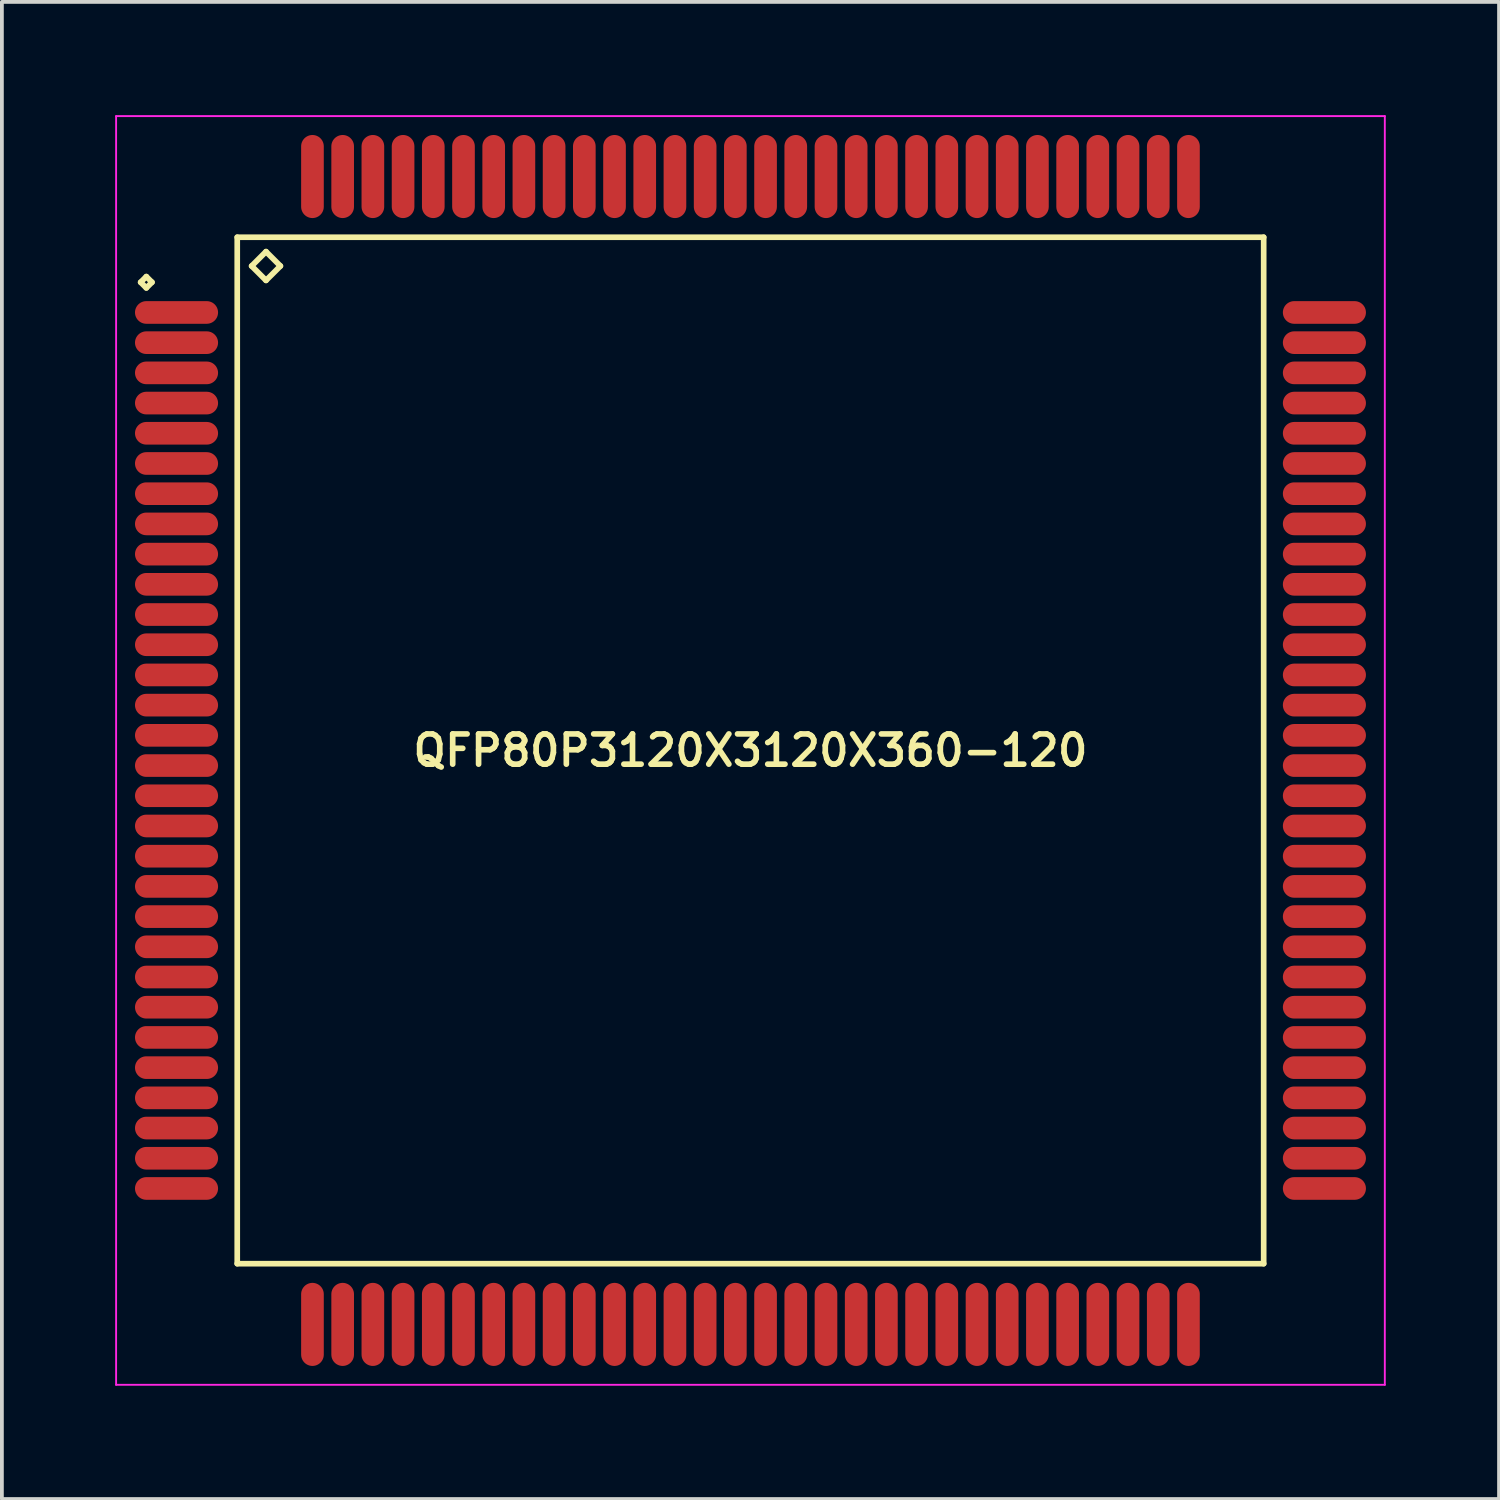
<source format=kicad_pcb>
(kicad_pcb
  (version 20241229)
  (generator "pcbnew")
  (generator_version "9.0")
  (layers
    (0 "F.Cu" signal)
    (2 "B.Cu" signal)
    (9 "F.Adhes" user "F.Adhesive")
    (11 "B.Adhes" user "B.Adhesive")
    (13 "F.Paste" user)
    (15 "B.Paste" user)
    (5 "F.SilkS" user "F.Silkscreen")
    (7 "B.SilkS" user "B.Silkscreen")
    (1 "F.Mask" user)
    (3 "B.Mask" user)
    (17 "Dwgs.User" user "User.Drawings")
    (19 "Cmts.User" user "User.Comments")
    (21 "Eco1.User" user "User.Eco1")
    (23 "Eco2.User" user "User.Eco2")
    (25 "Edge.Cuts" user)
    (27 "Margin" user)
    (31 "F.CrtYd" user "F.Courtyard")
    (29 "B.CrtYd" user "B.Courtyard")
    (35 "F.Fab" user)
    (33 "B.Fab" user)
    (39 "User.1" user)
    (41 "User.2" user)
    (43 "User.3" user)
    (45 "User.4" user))
  (footprint "QFP80P3120X3120X360-120"
    (layer "F.Cu")
    (at 16.825 16.825)
    (property "Reference" "QFP80P3120X3120X360-120" (at 0 0 0) (layer "F.SilkS") (effects (font (size 0.8 0.8) (thickness 0.15))))
    (attr smd)
    (fp_line (start -16.15 -12.4) (end -16 -12.55) (stroke (width 0.15) (type solid)) (layer "F.SilkS"))
    (fp_line (start -16 -12.55) (end -15.85 -12.4) (stroke (width 0.15) (type solid)) (layer "F.SilkS"))
    (fp_line (start -16 -12.25) (end -16.15 -12.4) (stroke (width 0.15) (type solid)) (layer "F.SilkS"))
    (fp_line (start -15.85 -12.4) (end -16 -12.25) (stroke (width 0.15) (type solid)) (layer "F.SilkS"))
    (fp_line (start -13.592 -13.592) (end -13.592 13.592) (stroke (width 0.15) (type solid)) (layer "F.SilkS"))
    (fp_line (start -13.592 13.592) (end 13.592 13.592) (stroke (width 0.15) (type solid)) (layer "F.SilkS"))
    (fp_line (start -13.211 -12.83) (end -12.83 -13.211) (stroke (width 0.15) (type solid)) (layer "F.SilkS"))
    (fp_line (start -12.83 -13.211) (end -12.449 -12.83) (stroke (width 0.15) (type solid)) (layer "F.SilkS"))
    (fp_line (start -12.83 -12.449) (end -13.211 -12.83) (stroke (width 0.15) (type solid)) (layer "F.SilkS"))
    (fp_line (start -12.449 -12.83) (end -12.83 -12.449) (stroke (width 0.15) (type solid)) (layer "F.SilkS"))
    (fp_line (start 13.592 -13.592) (end -13.592 -13.592) (stroke (width 0.15) (type solid)) (layer "F.SilkS"))
    (fp_line (start 13.592 13.592) (end 13.592 -13.592) (stroke (width 0.15) (type solid)) (layer "F.SilkS"))
    (fp_line (start -16.8 -16.8) (end 16.8 -16.8) (stroke (width 0.05) (type solid)) (layer "F.CrtYd"))
    (fp_line (start -16.8 16.8) (end -16.8 -16.8) (stroke (width 0.05) (type solid)) (layer "F.CrtYd"))
    (fp_line (start 16.8 -16.8) (end 16.8 16.8) (stroke (width 0.05) (type solid)) (layer "F.CrtYd"))
    (fp_line (start 16.8 16.8) (end -16.8 16.8) (stroke (width 0.05) (type solid)) (layer "F.CrtYd"))
    (pad "1" smd oval (at -15.2 -11.6) (size 2.2 0.6) (layers "F.Cu" "F.Mask" "F.Paste"))
    (pad "2" smd oval (at -15.2 -10.8) (size 2.2 0.6) (layers "F.Cu" "F.Mask" "F.Paste"))
    (pad "3" smd oval (at -15.2 -10) (size 2.2 0.6) (layers "F.Cu" "F.Mask" "F.Paste"))
    (pad "4" smd oval (at -15.2 -9.2) (size 2.2 0.6) (layers "F.Cu" "F.Mask" "F.Paste"))
    (pad "5" smd oval (at -15.2 -8.4) (size 2.2 0.6) (layers "F.Cu" "F.Mask" "F.Paste"))
    (pad "6" smd oval (at -15.2 -7.6) (size 2.2 0.6) (layers "F.Cu" "F.Mask" "F.Paste"))
    (pad "7" smd oval (at -15.2 -6.8) (size 2.2 0.6) (layers "F.Cu" "F.Mask" "F.Paste"))
    (pad "8" smd oval (at -15.2 -6) (size 2.2 0.6) (layers "F.Cu" "F.Mask" "F.Paste"))
    (pad "9" smd oval (at -15.2 -5.2) (size 2.2 0.6) (layers "F.Cu" "F.Mask" "F.Paste"))
    (pad "10" smd oval (at -15.2 -4.4) (size 2.2 0.6) (layers "F.Cu" "F.Mask" "F.Paste"))
    (pad "11" smd oval (at -15.2 -3.6) (size 2.2 0.6) (layers "F.Cu" "F.Mask" "F.Paste"))
    (pad "12" smd oval (at -15.2 -2.8) (size 2.2 0.6) (layers "F.Cu" "F.Mask" "F.Paste"))
    (pad "13" smd oval (at -15.2 -2) (size 2.2 0.6) (layers "F.Cu" "F.Mask" "F.Paste"))
    (pad "14" smd oval (at -15.2 -1.2) (size 2.2 0.6) (layers "F.Cu" "F.Mask" "F.Paste"))
    (pad "15" smd oval (at -15.2 -0.4) (size 2.2 0.6) (layers "F.Cu" "F.Mask" "F.Paste"))
    (pad "16" smd oval (at -15.2 0.4) (size 2.2 0.6) (layers "F.Cu" "F.Mask" "F.Paste"))
    (pad "17" smd oval (at -15.2 1.2) (size 2.2 0.6) (layers "F.Cu" "F.Mask" "F.Paste"))
    (pad "18" smd oval (at -15.2 2) (size 2.2 0.6) (layers "F.Cu" "F.Mask" "F.Paste"))
    (pad "19" smd oval (at -15.2 2.8) (size 2.2 0.6) (layers "F.Cu" "F.Mask" "F.Paste"))
    (pad "20" smd oval (at -15.2 3.6) (size 2.2 0.6) (layers "F.Cu" "F.Mask" "F.Paste"))
    (pad "21" smd oval (at -15.2 4.4) (size 2.2 0.6) (layers "F.Cu" "F.Mask" "F.Paste"))
    (pad "22" smd oval (at -15.2 5.2) (size 2.2 0.6) (layers "F.Cu" "F.Mask" "F.Paste"))
    (pad "23" smd oval (at -15.2 6) (size 2.2 0.6) (layers "F.Cu" "F.Mask" "F.Paste"))
    (pad "24" smd oval (at -15.2 6.8) (size 2.2 0.6) (layers "F.Cu" "F.Mask" "F.Paste"))
    (pad "25" smd oval (at -15.2 7.6) (size 2.2 0.6) (layers "F.Cu" "F.Mask" "F.Paste"))
    (pad "26" smd oval (at -15.2 8.4) (size 2.2 0.6) (layers "F.Cu" "F.Mask" "F.Paste"))
    (pad "27" smd oval (at -15.2 9.2) (size 2.2 0.6) (layers "F.Cu" "F.Mask" "F.Paste"))
    (pad "28" smd oval (at -15.2 10) (size 2.2 0.6) (layers "F.Cu" "F.Mask" "F.Paste"))
    (pad "29" smd oval (at -15.2 10.8) (size 2.2 0.6) (layers "F.Cu" "F.Mask" "F.Paste"))
    (pad "30" smd oval (at -15.2 11.6) (size 2.2 0.6) (layers "F.Cu" "F.Mask" "F.Paste"))
    (pad "31" smd oval (at -11.6 15.2) (size 0.6 2.2) (layers "F.Cu" "F.Mask" "F.Paste"))
    (pad "32" smd oval (at -10.8 15.2) (size 0.6 2.2) (layers "F.Cu" "F.Mask" "F.Paste"))
    (pad "33" smd oval (at -10 15.2) (size 0.6 2.2) (layers "F.Cu" "F.Mask" "F.Paste"))
    (pad "34" smd oval (at -9.2 15.2) (size 0.6 2.2) (layers "F.Cu" "F.Mask" "F.Paste"))
    (pad "35" smd oval (at -8.4 15.2) (size 0.6 2.2) (layers "F.Cu" "F.Mask" "F.Paste"))
    (pad "36" smd oval (at -7.6 15.2) (size 0.6 2.2) (layers "F.Cu" "F.Mask" "F.Paste"))
    (pad "37" smd oval (at -6.8 15.2) (size 0.6 2.2) (layers "F.Cu" "F.Mask" "F.Paste"))
    (pad "38" smd oval (at -6 15.2) (size 0.6 2.2) (layers "F.Cu" "F.Mask" "F.Paste"))
    (pad "39" smd oval (at -5.2 15.2) (size 0.6 2.2) (layers "F.Cu" "F.Mask" "F.Paste"))
    (pad "40" smd oval (at -4.4 15.2) (size 0.6 2.2) (layers "F.Cu" "F.Mask" "F.Paste"))
    (pad "41" smd oval (at -3.6 15.2) (size 0.6 2.2) (layers "F.Cu" "F.Mask" "F.Paste"))
    (pad "42" smd oval (at -2.8 15.2) (size 0.6 2.2) (layers "F.Cu" "F.Mask" "F.Paste"))
    (pad "43" smd oval (at -2 15.2) (size 0.6 2.2) (layers "F.Cu" "F.Mask" "F.Paste"))
    (pad "44" smd oval (at -1.2 15.2) (size 0.6 2.2) (layers "F.Cu" "F.Mask" "F.Paste"))
    (pad "45" smd oval (at -0.4 15.2) (size 0.6 2.2) (layers "F.Cu" "F.Mask" "F.Paste"))
    (pad "46" smd oval (at 0.4 15.2) (size 0.6 2.2) (layers "F.Cu" "F.Mask" "F.Paste"))
    (pad "47" smd oval (at 1.2 15.2) (size 0.6 2.2) (layers "F.Cu" "F.Mask" "F.Paste"))
    (pad "48" smd oval (at 2 15.2) (size 0.6 2.2) (layers "F.Cu" "F.Mask" "F.Paste"))
    (pad "49" smd oval (at 2.8 15.2) (size 0.6 2.2) (layers "F.Cu" "F.Mask" "F.Paste"))
    (pad "50" smd oval (at 3.6 15.2) (size 0.6 2.2) (layers "F.Cu" "F.Mask" "F.Paste"))
    (pad "51" smd oval (at 4.4 15.2) (size 0.6 2.2) (layers "F.Cu" "F.Mask" "F.Paste"))
    (pad "52" smd oval (at 5.2 15.2) (size 0.6 2.2) (layers "F.Cu" "F.Mask" "F.Paste"))
    (pad "53" smd oval (at 6 15.2) (size 0.6 2.2) (layers "F.Cu" "F.Mask" "F.Paste"))
    (pad "54" smd oval (at 6.8 15.2) (size 0.6 2.2) (layers "F.Cu" "F.Mask" "F.Paste"))
    (pad "55" smd oval (at 7.6 15.2) (size 0.6 2.2) (layers "F.Cu" "F.Mask" "F.Paste"))
    (pad "56" smd oval (at 8.4 15.2) (size 0.6 2.2) (layers "F.Cu" "F.Mask" "F.Paste"))
    (pad "57" smd oval (at 9.2 15.2) (size 0.6 2.2) (layers "F.Cu" "F.Mask" "F.Paste"))
    (pad "58" smd oval (at 10 15.2) (size 0.6 2.2) (layers "F.Cu" "F.Mask" "F.Paste"))
    (pad "59" smd oval (at 10.8 15.2) (size 0.6 2.2) (layers "F.Cu" "F.Mask" "F.Paste"))
    (pad "60" smd oval (at 11.6 15.2) (size 0.6 2.2) (layers "F.Cu" "F.Mask" "F.Paste"))
    (pad "61" smd oval (at 15.2 11.6) (size 2.2 0.6) (layers "F.Cu" "F.Mask" "F.Paste"))
    (pad "62" smd oval (at 15.2 10.8) (size 2.2 0.6) (layers "F.Cu" "F.Mask" "F.Paste"))
    (pad "63" smd oval (at 15.2 10) (size 2.2 0.6) (layers "F.Cu" "F.Mask" "F.Paste"))
    (pad "64" smd oval (at 15.2 9.2) (size 2.2 0.6) (layers "F.Cu" "F.Mask" "F.Paste"))
    (pad "65" smd oval (at 15.2 8.4) (size 2.2 0.6) (layers "F.Cu" "F.Mask" "F.Paste"))
    (pad "66" smd oval (at 15.2 7.6) (size 2.2 0.6) (layers "F.Cu" "F.Mask" "F.Paste"))
    (pad "67" smd oval (at 15.2 6.8) (size 2.2 0.6) (layers "F.Cu" "F.Mask" "F.Paste"))
    (pad "68" smd oval (at 15.2 6) (size 2.2 0.6) (layers "F.Cu" "F.Mask" "F.Paste"))
    (pad "69" smd oval (at 15.2 5.2) (size 2.2 0.6) (layers "F.Cu" "F.Mask" "F.Paste"))
    (pad "70" smd oval (at 15.2 4.4) (size 2.2 0.6) (layers "F.Cu" "F.Mask" "F.Paste"))
    (pad "71" smd oval (at 15.2 3.6) (size 2.2 0.6) (layers "F.Cu" "F.Mask" "F.Paste"))
    (pad "72" smd oval (at 15.2 2.8) (size 2.2 0.6) (layers "F.Cu" "F.Mask" "F.Paste"))
    (pad "73" smd oval (at 15.2 2) (size 2.2 0.6) (layers "F.Cu" "F.Mask" "F.Paste"))
    (pad "74" smd oval (at 15.2 1.2) (size 2.2 0.6) (layers "F.Cu" "F.Mask" "F.Paste"))
    (pad "75" smd oval (at 15.2 0.4) (size 2.2 0.6) (layers "F.Cu" "F.Mask" "F.Paste"))
    (pad "76" smd oval (at 15.2 -0.4) (size 2.2 0.6) (layers "F.Cu" "F.Mask" "F.Paste"))
    (pad "77" smd oval (at 15.2 -1.2) (size 2.2 0.6) (layers "F.Cu" "F.Mask" "F.Paste"))
    (pad "78" smd oval (at 15.2 -2) (size 2.2 0.6) (layers "F.Cu" "F.Mask" "F.Paste"))
    (pad "79" smd oval (at 15.2 -2.8) (size 2.2 0.6) (layers "F.Cu" "F.Mask" "F.Paste"))
    (pad "80" smd oval (at 15.2 -3.6) (size 2.2 0.6) (layers "F.Cu" "F.Mask" "F.Paste"))
    (pad "81" smd oval (at 15.2 -4.4) (size 2.2 0.6) (layers "F.Cu" "F.Mask" "F.Paste"))
    (pad "82" smd oval (at 15.2 -5.2) (size 2.2 0.6) (layers "F.Cu" "F.Mask" "F.Paste"))
    (pad "83" smd oval (at 15.2 -6) (size 2.2 0.6) (layers "F.Cu" "F.Mask" "F.Paste"))
    (pad "84" smd oval (at 15.2 -6.8) (size 2.2 0.6) (layers "F.Cu" "F.Mask" "F.Paste"))
    (pad "85" smd oval (at 15.2 -7.6) (size 2.2 0.6) (layers "F.Cu" "F.Mask" "F.Paste"))
    (pad "86" smd oval (at 15.2 -8.4) (size 2.2 0.6) (layers "F.Cu" "F.Mask" "F.Paste"))
    (pad "87" smd oval (at 15.2 -9.2) (size 2.2 0.6) (layers "F.Cu" "F.Mask" "F.Paste"))
    (pad "88" smd oval (at 15.2 -10) (size 2.2 0.6) (layers "F.Cu" "F.Mask" "F.Paste"))
    (pad "89" smd oval (at 15.2 -10.8) (size 2.2 0.6) (layers "F.Cu" "F.Mask" "F.Paste"))
    (pad "90" smd oval (at 15.2 -11.6) (size 2.2 0.6) (layers "F.Cu" "F.Mask" "F.Paste"))
    (pad "91" smd oval (at 11.6 -15.2) (size 0.6 2.2) (layers "F.Cu" "F.Mask" "F.Paste"))
    (pad "92" smd oval (at 10.8 -15.2) (size 0.6 2.2) (layers "F.Cu" "F.Mask" "F.Paste"))
    (pad "93" smd oval (at 10 -15.2) (size 0.6 2.2) (layers "F.Cu" "F.Mask" "F.Paste"))
    (pad "94" smd oval (at 9.2 -15.2) (size 0.6 2.2) (layers "F.Cu" "F.Mask" "F.Paste"))
    (pad "95" smd oval (at 8.4 -15.2) (size 0.6 2.2) (layers "F.Cu" "F.Mask" "F.Paste"))
    (pad "96" smd oval (at 7.6 -15.2) (size 0.6 2.2) (layers "F.Cu" "F.Mask" "F.Paste"))
    (pad "97" smd oval (at 6.8 -15.2) (size 0.6 2.2) (layers "F.Cu" "F.Mask" "F.Paste"))
    (pad "98" smd oval (at 6 -15.2) (size 0.6 2.2) (layers "F.Cu" "F.Mask" "F.Paste"))
    (pad "99" smd oval (at 5.2 -15.2) (size 0.6 2.2) (layers "F.Cu" "F.Mask" "F.Paste"))
    (pad "100" smd oval (at 4.4 -15.2) (size 0.6 2.2) (layers "F.Cu" "F.Mask" "F.Paste"))
    (pad "101" smd oval (at 3.6 -15.2) (size 0.6 2.2) (layers "F.Cu" "F.Mask" "F.Paste"))
    (pad "102" smd oval (at 2.8 -15.2) (size 0.6 2.2) (layers "F.Cu" "F.Mask" "F.Paste"))
    (pad "103" smd oval (at 2 -15.2) (size 0.6 2.2) (layers "F.Cu" "F.Mask" "F.Paste"))
    (pad "104" smd oval (at 1.2 -15.2) (size 0.6 2.2) (layers "F.Cu" "F.Mask" "F.Paste"))
    (pad "105" smd oval (at 0.4 -15.2) (size 0.6 2.2) (layers "F.Cu" "F.Mask" "F.Paste"))
    (pad "106" smd oval (at -0.4 -15.2) (size 0.6 2.2) (layers "F.Cu" "F.Mask" "F.Paste"))
    (pad "107" smd oval (at -1.2 -15.2) (size 0.6 2.2) (layers "F.Cu" "F.Mask" "F.Paste"))
    (pad "108" smd oval (at -2 -15.2) (size 0.6 2.2) (layers "F.Cu" "F.Mask" "F.Paste"))
    (pad "109" smd oval (at -2.8 -15.2) (size 0.6 2.2) (layers "F.Cu" "F.Mask" "F.Paste"))
    (pad "110" smd oval (at -3.6 -15.2) (size 0.6 2.2) (layers "F.Cu" "F.Mask" "F.Paste"))
    (pad "111" smd oval (at -4.4 -15.2) (size 0.6 2.2) (layers "F.Cu" "F.Mask" "F.Paste"))
    (pad "112" smd oval (at -5.2 -15.2) (size 0.6 2.2) (layers "F.Cu" "F.Mask" "F.Paste"))
    (pad "113" smd oval (at -6 -15.2) (size 0.6 2.2) (layers "F.Cu" "F.Mask" "F.Paste"))
    (pad "114" smd oval (at -6.8 -15.2) (size 0.6 2.2) (layers "F.Cu" "F.Mask" "F.Paste"))
    (pad "115" smd oval (at -7.6 -15.2) (size 0.6 2.2) (layers "F.Cu" "F.Mask" "F.Paste"))
    (pad "116" smd oval (at -8.4 -15.2) (size 0.6 2.2) (layers "F.Cu" "F.Mask" "F.Paste"))
    (pad "117" smd oval (at -9.2 -15.2) (size 0.6 2.2) (layers "F.Cu" "F.Mask" "F.Paste"))
    (pad "118" smd oval (at -10 -15.2) (size 0.6 2.2) (layers "F.Cu" "F.Mask" "F.Paste"))
    (pad "119" smd oval (at -10.8 -15.2) (size 0.6 2.2) (layers "F.Cu" "F.Mask" "F.Paste"))
    (pad "120" smd oval (at -11.6 -15.2) (size 0.6 2.2) (layers "F.Cu" "F.Mask" "F.Paste")))
  (gr_rect
    (start -3 -3)
    (end 36.65 36.65)
    (stroke (width 0.1) (type default))
    (fill no)
    (layer "Edge.Cuts")))
</source>
